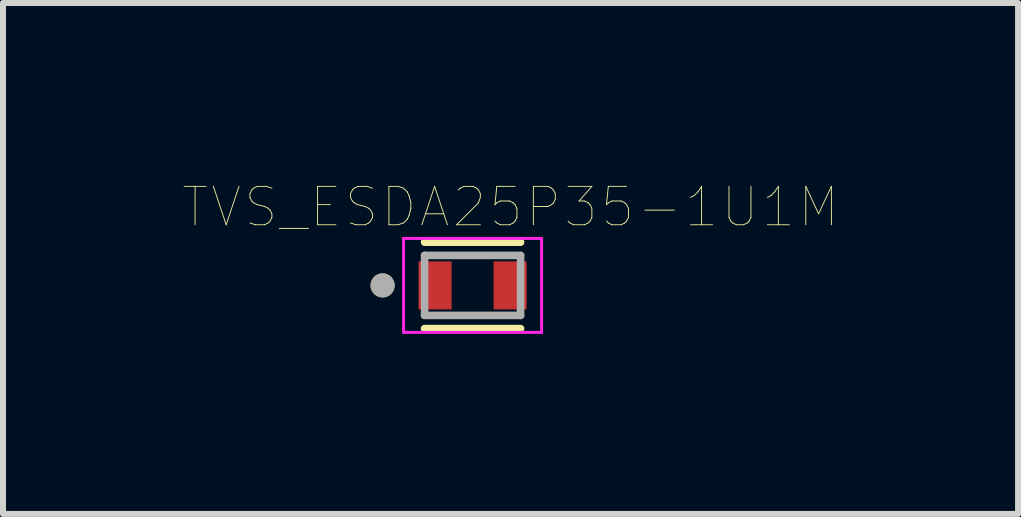
<source format=kicad_pcb>
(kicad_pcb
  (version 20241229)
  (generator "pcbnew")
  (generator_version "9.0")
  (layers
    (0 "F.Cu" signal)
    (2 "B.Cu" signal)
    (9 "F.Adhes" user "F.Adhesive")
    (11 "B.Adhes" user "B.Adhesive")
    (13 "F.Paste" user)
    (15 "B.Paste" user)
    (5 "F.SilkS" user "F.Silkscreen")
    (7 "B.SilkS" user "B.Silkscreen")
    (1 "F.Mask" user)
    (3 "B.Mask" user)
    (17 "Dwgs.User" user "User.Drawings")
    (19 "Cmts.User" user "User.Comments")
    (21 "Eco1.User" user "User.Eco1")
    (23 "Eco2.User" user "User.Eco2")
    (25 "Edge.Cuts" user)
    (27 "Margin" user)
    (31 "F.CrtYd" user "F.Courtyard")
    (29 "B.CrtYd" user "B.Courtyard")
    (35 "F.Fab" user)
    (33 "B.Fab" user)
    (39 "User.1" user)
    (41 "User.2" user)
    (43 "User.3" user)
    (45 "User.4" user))
  (footprint "TVS_ESDA25P35-1U1M"
    (layer "F.Cu")
    (at 4.827 1.707)
    (property "Reference" "TVS_ESDA25P35-1U1M" (at 0.632 -1.306 0) (layer "F.SilkS") (effects (font (size 0.64 0.64) (thickness 0.015))))
    (attr through_hole)
    (fp_line (start -0.8 -0.72) (end 0.8 -0.72) (stroke (width 0.127) (type solid)) (layer "F.SilkS"))
    (fp_line (start -0.8 0.72) (end 0.8 0.72) (stroke (width 0.127) (type solid)) (layer "F.SilkS"))
    (fp_circle (center -1.5 0) (end -1.4 0) (stroke (width 0.2) (type solid)) (fill no) (layer "F.SilkS"))
    (fp_poly (pts (xy -0.885 -0.38) (xy -0.365 -0.38) (xy -0.365 0.38) (xy -0.885 0.38)) (stroke (width 0.01) (type solid)) (fill yes) (layer "F.Paste"))
    (fp_poly (pts (xy 0.365 -0.38) (xy 0.885 -0.38) (xy 0.885 0.38) (xy 0.365 0.38)) (stroke (width 0.01) (type solid)) (fill yes) (layer "F.Paste"))
    (fp_line (start -1.15 -0.783) (end -1.15 0.783) (stroke (width 0.05) (type solid)) (layer "F.CrtYd"))
    (fp_line (start -1.15 0.783) (end 1.15 0.783) (stroke (width 0.05) (type solid)) (layer "F.CrtYd"))
    (fp_line (start 1.15 -0.783) (end -1.15 -0.783) (stroke (width 0.05) (type solid)) (layer "F.CrtYd"))
    (fp_line (start 1.15 0.783) (end 1.15 -0.783) (stroke (width 0.05) (type solid)) (layer "F.CrtYd"))
    (fp_line (start -0.8 -0.5) (end 0.8 -0.5) (stroke (width 0.127) (type solid)) (layer "F.Fab"))
    (fp_line (start -0.8 0.5) (end -0.8 -0.5) (stroke (width 0.127) (type solid)) (layer "F.Fab"))
    (fp_line (start 0.8 -0.5) (end 0.8 0.5) (stroke (width 0.127) (type solid)) (layer "F.Fab"))
    (fp_line (start 0.8 0.5) (end -0.8 0.5) (stroke (width 0.127) (type solid)) (layer "F.Fab"))
    (fp_circle (center -1.5 0) (end -1.4 0) (stroke (width 0.2) (type solid)) (fill no) (layer "F.Fab"))
    (pad "1" smd rect (at -0.625 0) (size 0.55 0.8) (layers "F.Cu" "F.Mask"))
    (pad "2" smd rect (at 0.625 0) (size 0.55 0.8) (layers "F.Cu" "F.Mask")))
  (gr_rect
    (start -3 -3)
    (end 13.919 5.516)
    (stroke (width 0.1) (type default))
    (fill no)
    (layer "Edge.Cuts")))
</source>
